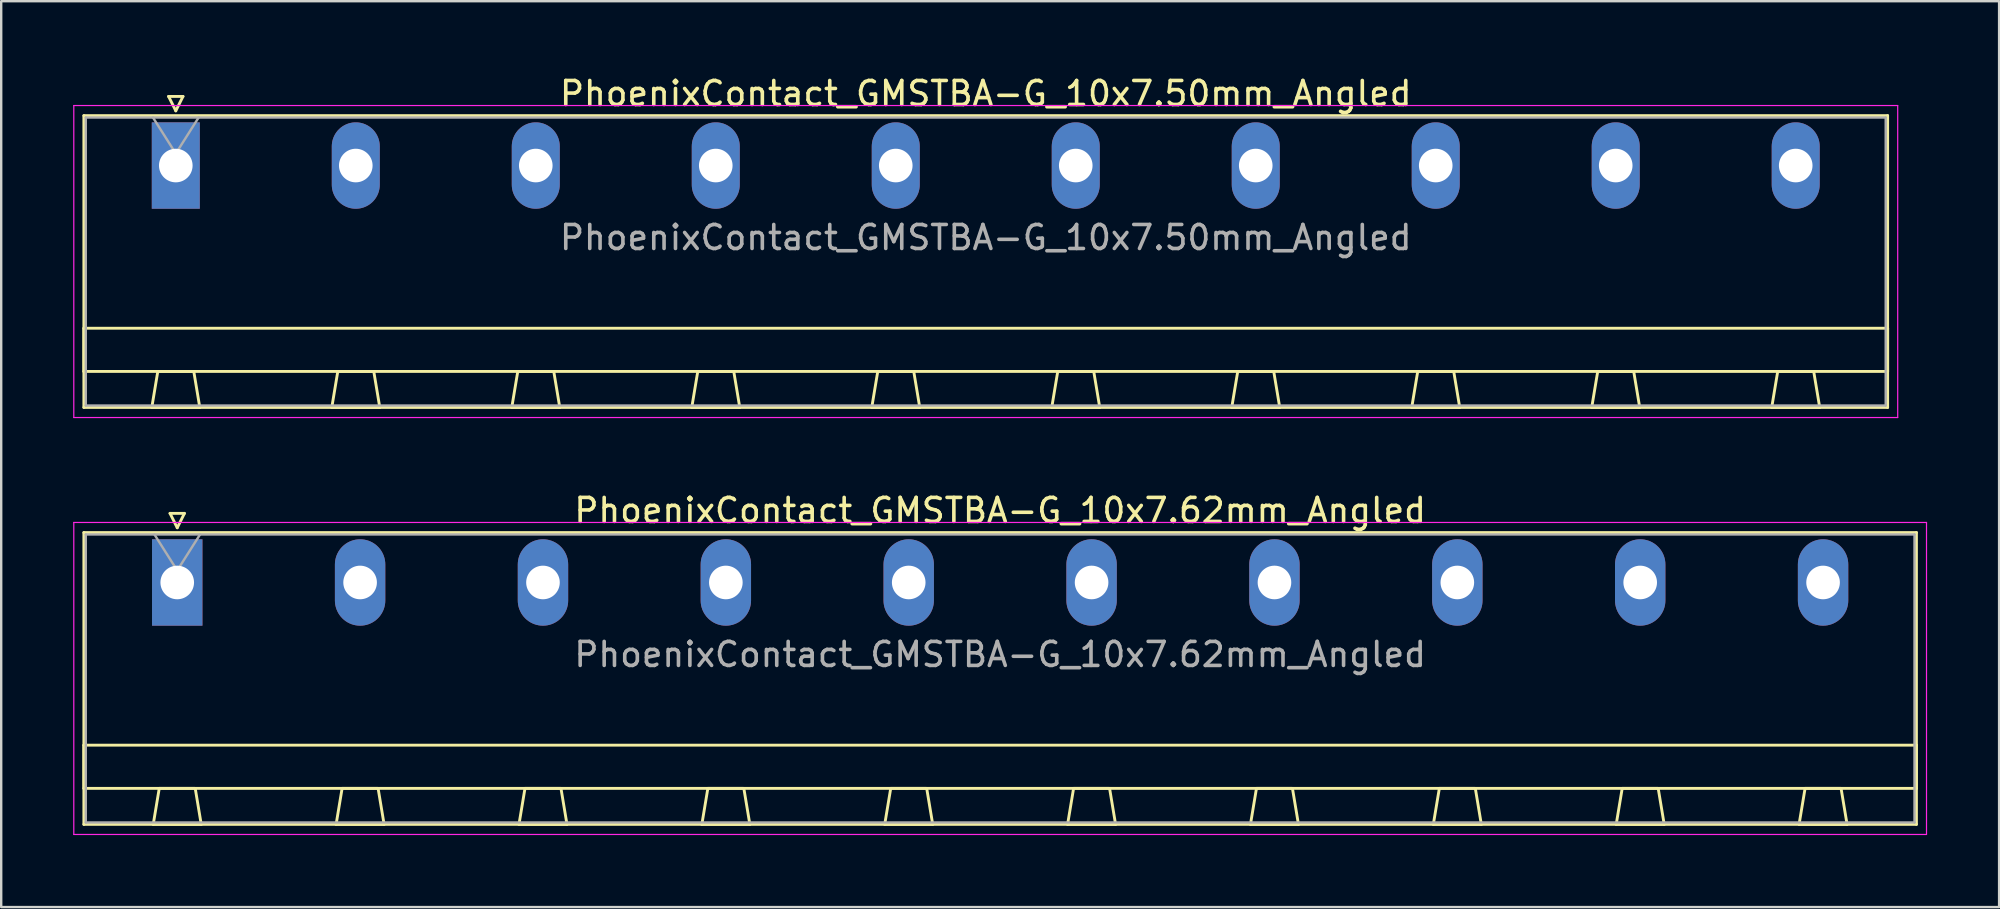
<source format=kicad_pcb>
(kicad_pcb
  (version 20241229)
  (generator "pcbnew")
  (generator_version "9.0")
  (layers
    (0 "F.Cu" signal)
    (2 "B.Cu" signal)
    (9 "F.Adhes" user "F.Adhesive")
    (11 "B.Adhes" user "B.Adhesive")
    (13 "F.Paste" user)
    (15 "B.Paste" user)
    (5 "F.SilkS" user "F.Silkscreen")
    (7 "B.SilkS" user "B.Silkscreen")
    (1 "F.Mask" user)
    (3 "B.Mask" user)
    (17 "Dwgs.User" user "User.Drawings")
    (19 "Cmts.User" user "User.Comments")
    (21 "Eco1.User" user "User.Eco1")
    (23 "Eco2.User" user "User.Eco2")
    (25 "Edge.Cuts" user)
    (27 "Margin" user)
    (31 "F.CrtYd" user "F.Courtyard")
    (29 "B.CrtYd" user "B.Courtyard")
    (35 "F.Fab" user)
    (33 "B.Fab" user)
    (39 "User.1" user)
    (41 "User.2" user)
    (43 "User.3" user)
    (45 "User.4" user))
  (footprint "PhoenixContact_GMSTBA-G_10x7.62mm_Angled"
    (layer "F.Cu")
    (at 4.335 21.221)
    (property "Reference" "PhoenixContact_GMSTBA-G_10x7.62mm_Angled" (at 34.29 -3 0) (layer "F.SilkS") (effects (font (size 1 1) (thickness 0.15))))
    (attr through_hole)
    (fp_line (start -3.89 -2.08) (end -3.89 10.08) (stroke (width 0.12) (type solid)) (layer "F.SilkS"))
    (fp_line (start -3.89 6.78) (end 72.47 6.78) (stroke (width 0.12) (type solid)) (layer "F.SilkS"))
    (fp_line (start -3.89 8.58) (end -3.89 6.78) (stroke (width 0.12) (type solid)) (layer "F.SilkS"))
    (fp_line (start -3.89 10.08) (end 72.47 10.08) (stroke (width 0.12) (type solid)) (layer "F.SilkS"))
    (fp_line (start -1 10.08) (end 1 10.08) (stroke (width 0.12) (type solid)) (layer "F.SilkS"))
    (fp_line (start -0.75 8.58) (end -1 10.08) (stroke (width 0.12) (type solid)) (layer "F.SilkS"))
    (fp_line (start -0.3 -2.88) (end 0.3 -2.88) (stroke (width 0.12) (type solid)) (layer "F.SilkS"))
    (fp_line (start 0 -2.28) (end -0.3 -2.88) (stroke (width 0.12) (type solid)) (layer "F.SilkS"))
    (fp_line (start 0.3 -2.88) (end 0 -2.28) (stroke (width 0.12) (type solid)) (layer "F.SilkS"))
    (fp_line (start 0.75 8.58) (end -0.75 8.58) (stroke (width 0.12) (type solid)) (layer "F.SilkS"))
    (fp_line (start 1 10.08) (end 0.75 8.58) (stroke (width 0.12) (type solid)) (layer "F.SilkS"))
    (fp_line (start 6.62 10.08) (end 8.62 10.08) (stroke (width 0.12) (type solid)) (layer "F.SilkS"))
    (fp_line (start 6.87 8.58) (end 6.62 10.08) (stroke (width 0.12) (type solid)) (layer "F.SilkS"))
    (fp_line (start 8.37 8.58) (end 6.87 8.58) (stroke (width 0.12) (type solid)) (layer "F.SilkS"))
    (fp_line (start 8.62 10.08) (end 8.37 8.58) (stroke (width 0.12) (type solid)) (layer "F.SilkS"))
    (fp_line (start 14.24 10.08) (end 16.24 10.08) (stroke (width 0.12) (type solid)) (layer "F.SilkS"))
    (fp_line (start 14.49 8.58) (end 14.24 10.08) (stroke (width 0.12) (type solid)) (layer "F.SilkS"))
    (fp_line (start 15.99 8.58) (end 14.49 8.58) (stroke (width 0.12) (type solid)) (layer "F.SilkS"))
    (fp_line (start 16.24 10.08) (end 15.99 8.58) (stroke (width 0.12) (type solid)) (layer "F.SilkS"))
    (fp_line (start 21.86 10.08) (end 23.86 10.08) (stroke (width 0.12) (type solid)) (layer "F.SilkS"))
    (fp_line (start 22.11 8.58) (end 21.86 10.08) (stroke (width 0.12) (type solid)) (layer "F.SilkS"))
    (fp_line (start 23.61 8.58) (end 22.11 8.58) (stroke (width 0.12) (type solid)) (layer "F.SilkS"))
    (fp_line (start 23.86 10.08) (end 23.61 8.58) (stroke (width 0.12) (type solid)) (layer "F.SilkS"))
    (fp_line (start 29.48 10.08) (end 31.48 10.08) (stroke (width 0.12) (type solid)) (layer "F.SilkS"))
    (fp_line (start 29.73 8.58) (end 29.48 10.08) (stroke (width 0.12) (type solid)) (layer "F.SilkS"))
    (fp_line (start 31.23 8.58) (end 29.73 8.58) (stroke (width 0.12) (type solid)) (layer "F.SilkS"))
    (fp_line (start 31.48 10.08) (end 31.23 8.58) (stroke (width 0.12) (type solid)) (layer "F.SilkS"))
    (fp_line (start 37.1 10.08) (end 39.1 10.08) (stroke (width 0.12) (type solid)) (layer "F.SilkS"))
    (fp_line (start 37.35 8.58) (end 37.1 10.08) (stroke (width 0.12) (type solid)) (layer "F.SilkS"))
    (fp_line (start 38.85 8.58) (end 37.35 8.58) (stroke (width 0.12) (type solid)) (layer "F.SilkS"))
    (fp_line (start 39.1 10.08) (end 38.85 8.58) (stroke (width 0.12) (type solid)) (layer "F.SilkS"))
    (fp_line (start 44.72 10.08) (end 46.72 10.08) (stroke (width 0.12) (type solid)) (layer "F.SilkS"))
    (fp_line (start 44.97 8.58) (end 44.72 10.08) (stroke (width 0.12) (type solid)) (layer "F.SilkS"))
    (fp_line (start 46.47 8.58) (end 44.97 8.58) (stroke (width 0.12) (type solid)) (layer "F.SilkS"))
    (fp_line (start 46.72 10.08) (end 46.47 8.58) (stroke (width 0.12) (type solid)) (layer "F.SilkS"))
    (fp_line (start 52.34 10.08) (end 54.34 10.08) (stroke (width 0.12) (type solid)) (layer "F.SilkS"))
    (fp_line (start 52.59 8.58) (end 52.34 10.08) (stroke (width 0.12) (type solid)) (layer "F.SilkS"))
    (fp_line (start 54.09 8.58) (end 52.59 8.58) (stroke (width 0.12) (type solid)) (layer "F.SilkS"))
    (fp_line (start 54.34 10.08) (end 54.09 8.58) (stroke (width 0.12) (type solid)) (layer "F.SilkS"))
    (fp_line (start 59.96 10.08) (end 61.96 10.08) (stroke (width 0.12) (type solid)) (layer "F.SilkS"))
    (fp_line (start 60.21 8.58) (end 59.96 10.08) (stroke (width 0.12) (type solid)) (layer "F.SilkS"))
    (fp_line (start 61.71 8.58) (end 60.21 8.58) (stroke (width 0.12) (type solid)) (layer "F.SilkS"))
    (fp_line (start 61.96 10.08) (end 61.71 8.58) (stroke (width 0.12) (type solid)) (layer "F.SilkS"))
    (fp_line (start 67.58 10.08) (end 69.58 10.08) (stroke (width 0.12) (type solid)) (layer "F.SilkS"))
    (fp_line (start 67.83 8.58) (end 67.58 10.08) (stroke (width 0.12) (type solid)) (layer "F.SilkS"))
    (fp_line (start 69.33 8.58) (end 67.83 8.58) (stroke (width 0.12) (type solid)) (layer "F.SilkS"))
    (fp_line (start 69.58 10.08) (end 69.33 8.58) (stroke (width 0.12) (type solid)) (layer "F.SilkS"))
    (fp_line (start 72.47 -2.08) (end -3.89 -2.08) (stroke (width 0.12) (type solid)) (layer "F.SilkS"))
    (fp_line (start 72.47 6.78) (end 72.47 8.58) (stroke (width 0.12) (type solid)) (layer "F.SilkS"))
    (fp_line (start 72.47 8.58) (end -3.89 8.58) (stroke (width 0.12) (type solid)) (layer "F.SilkS"))
    (fp_line (start 72.47 10.08) (end 72.47 -2.08) (stroke (width 0.12) (type solid)) (layer "F.SilkS"))
    (fp_line (start -4.31 -2.5) (end -4.31 10.5) (stroke (width 0.05) (type solid)) (layer "F.CrtYd"))
    (fp_line (start -4.31 10.5) (end 72.89 10.5) (stroke (width 0.05) (type solid)) (layer "F.CrtYd"))
    (fp_line (start 72.89 -2.5) (end -4.31 -2.5) (stroke (width 0.05) (type solid)) (layer "F.CrtYd"))
    (fp_line (start 72.89 10.5) (end 72.89 -2.5) (stroke (width 0.05) (type solid)) (layer "F.CrtYd"))
    (fp_line (start -3.81 -2) (end -3.81 10) (stroke (width 0.1) (type solid)) (layer "F.Fab"))
    (fp_line (start -3.81 10) (end 72.39 10) (stroke (width 0.1) (type solid)) (layer "F.Fab"))
    (fp_line (start 0 -0.5) (end -0.95 -2) (stroke (width 0.1) (type solid)) (layer "F.Fab"))
    (fp_line (start 0.95 -2) (end 0 -0.5) (stroke (width 0.1) (type solid)) (layer "F.Fab"))
    (fp_line (start 72.39 -2) (end -3.81 -2) (stroke (width 0.1) (type solid)) (layer "F.Fab"))
    (fp_line (start 72.39 10) (end 72.39 -2) (stroke (width 0.1) (type solid)) (layer "F.Fab"))
    (fp_text user "${REFERENCE}" (at 34.29 3 0) (layer "F.Fab") (effects (font (size 1 1) (thickness 0.15))))
    (pad "1" thru_hole rect (at 0 0) (size 2.1 3.6) (drill 1.4) (layers "*.Cu" "*.Mask"))
    (pad "2" thru_hole oval (at 7.62 0) (size 2.1 3.6) (drill 1.4) (layers "*.Cu" "*.Mask"))
    (pad "3" thru_hole oval (at 15.24 0) (size 2.1 3.6) (drill 1.4) (layers "*.Cu" "*.Mask"))
    (pad "4" thru_hole oval (at 22.86 0) (size 2.1 3.6) (drill 1.4) (layers "*.Cu" "*.Mask"))
    (pad "5" thru_hole oval (at 30.48 0) (size 2.1 3.6) (drill 1.4) (layers "*.Cu" "*.Mask"))
    (pad "6" thru_hole oval (at 38.1 0) (size 2.1 3.6) (drill 1.4) (layers "*.Cu" "*.Mask"))
    (pad "7" thru_hole oval (at 45.72 0) (size 2.1 3.6) (drill 1.4) (layers "*.Cu" "*.Mask"))
    (pad "8" thru_hole oval (at 53.34 0) (size 2.1 3.6) (drill 1.4) (layers "*.Cu" "*.Mask"))
    (pad "9" thru_hole oval (at 60.96 0) (size 2.1 3.6) (drill 1.4) (layers "*.Cu" "*.Mask"))
    (pad "10" thru_hole oval (at 68.58 0) (size 2.1 3.6) (drill 1.4) (layers "*.Cu" "*.Mask")))
  (footprint "PhoenixContact_GMSTBA-G_10x7.50mm_Angled"
    (layer "F.Cu")
    (at 4.275 3.848)
    (property "Reference" "PhoenixContact_GMSTBA-G_10x7.50mm_Angled" (at 33.75 -3 0) (layer "F.SilkS") (effects (font (size 1 1) (thickness 0.15))))
    (attr through_hole)
    (fp_line (start -3.83 -2.08) (end -3.83 10.08) (stroke (width 0.12) (type solid)) (layer "F.SilkS"))
    (fp_line (start -3.83 6.78) (end 71.33 6.78) (stroke (width 0.12) (type solid)) (layer "F.SilkS"))
    (fp_line (start -3.83 8.58) (end -3.83 6.78) (stroke (width 0.12) (type solid)) (layer "F.SilkS"))
    (fp_line (start -3.83 10.08) (end 71.33 10.08) (stroke (width 0.12) (type solid)) (layer "F.SilkS"))
    (fp_line (start -1 10.08) (end 1 10.08) (stroke (width 0.12) (type solid)) (layer "F.SilkS"))
    (fp_line (start -0.75 8.58) (end -1 10.08) (stroke (width 0.12) (type solid)) (layer "F.SilkS"))
    (fp_line (start -0.3 -2.88) (end 0.3 -2.88) (stroke (width 0.12) (type solid)) (layer "F.SilkS"))
    (fp_line (start 0 -2.28) (end -0.3 -2.88) (stroke (width 0.12) (type solid)) (layer "F.SilkS"))
    (fp_line (start 0.3 -2.88) (end 0 -2.28) (stroke (width 0.12) (type solid)) (layer "F.SilkS"))
    (fp_line (start 0.75 8.58) (end -0.75 8.58) (stroke (width 0.12) (type solid)) (layer "F.SilkS"))
    (fp_line (start 1 10.08) (end 0.75 8.58) (stroke (width 0.12) (type solid)) (layer "F.SilkS"))
    (fp_line (start 6.5 10.08) (end 8.5 10.08) (stroke (width 0.12) (type solid)) (layer "F.SilkS"))
    (fp_line (start 6.75 8.58) (end 6.5 10.08) (stroke (width 0.12) (type solid)) (layer "F.SilkS"))
    (fp_line (start 8.25 8.58) (end 6.75 8.58) (stroke (width 0.12) (type solid)) (layer "F.SilkS"))
    (fp_line (start 8.5 10.08) (end 8.25 8.58) (stroke (width 0.12) (type solid)) (layer "F.SilkS"))
    (fp_line (start 14 10.08) (end 16 10.08) (stroke (width 0.12) (type solid)) (layer "F.SilkS"))
    (fp_line (start 14.25 8.58) (end 14 10.08) (stroke (width 0.12) (type solid)) (layer "F.SilkS"))
    (fp_line (start 15.75 8.58) (end 14.25 8.58) (stroke (width 0.12) (type solid)) (layer "F.SilkS"))
    (fp_line (start 16 10.08) (end 15.75 8.58) (stroke (width 0.12) (type solid)) (layer "F.SilkS"))
    (fp_line (start 21.5 10.08) (end 23.5 10.08) (stroke (width 0.12) (type solid)) (layer "F.SilkS"))
    (fp_line (start 21.75 8.58) (end 21.5 10.08) (stroke (width 0.12) (type solid)) (layer "F.SilkS"))
    (fp_line (start 23.25 8.58) (end 21.75 8.58) (stroke (width 0.12) (type solid)) (layer "F.SilkS"))
    (fp_line (start 23.5 10.08) (end 23.25 8.58) (stroke (width 0.12) (type solid)) (layer "F.SilkS"))
    (fp_line (start 29 10.08) (end 31 10.08) (stroke (width 0.12) (type solid)) (layer "F.SilkS"))
    (fp_line (start 29.25 8.58) (end 29 10.08) (stroke (width 0.12) (type solid)) (layer "F.SilkS"))
    (fp_line (start 30.75 8.58) (end 29.25 8.58) (stroke (width 0.12) (type solid)) (layer "F.SilkS"))
    (fp_line (start 31 10.08) (end 30.75 8.58) (stroke (width 0.12) (type solid)) (layer "F.SilkS"))
    (fp_line (start 36.5 10.08) (end 38.5 10.08) (stroke (width 0.12) (type solid)) (layer "F.SilkS"))
    (fp_line (start 36.75 8.58) (end 36.5 10.08) (stroke (width 0.12) (type solid)) (layer "F.SilkS"))
    (fp_line (start 38.25 8.58) (end 36.75 8.58) (stroke (width 0.12) (type solid)) (layer "F.SilkS"))
    (fp_line (start 38.5 10.08) (end 38.25 8.58) (stroke (width 0.12) (type solid)) (layer "F.SilkS"))
    (fp_line (start 44 10.08) (end 46 10.08) (stroke (width 0.12) (type solid)) (layer "F.SilkS"))
    (fp_line (start 44.25 8.58) (end 44 10.08) (stroke (width 0.12) (type solid)) (layer "F.SilkS"))
    (fp_line (start 45.75 8.58) (end 44.25 8.58) (stroke (width 0.12) (type solid)) (layer "F.SilkS"))
    (fp_line (start 46 10.08) (end 45.75 8.58) (stroke (width 0.12) (type solid)) (layer "F.SilkS"))
    (fp_line (start 51.5 10.08) (end 53.5 10.08) (stroke (width 0.12) (type solid)) (layer "F.SilkS"))
    (fp_line (start 51.75 8.58) (end 51.5 10.08) (stroke (width 0.12) (type solid)) (layer "F.SilkS"))
    (fp_line (start 53.25 8.58) (end 51.75 8.58) (stroke (width 0.12) (type solid)) (layer "F.SilkS"))
    (fp_line (start 53.5 10.08) (end 53.25 8.58) (stroke (width 0.12) (type solid)) (layer "F.SilkS"))
    (fp_line (start 59 10.08) (end 61 10.08) (stroke (width 0.12) (type solid)) (layer "F.SilkS"))
    (fp_line (start 59.25 8.58) (end 59 10.08) (stroke (width 0.12) (type solid)) (layer "F.SilkS"))
    (fp_line (start 60.75 8.58) (end 59.25 8.58) (stroke (width 0.12) (type solid)) (layer "F.SilkS"))
    (fp_line (start 61 10.08) (end 60.75 8.58) (stroke (width 0.12) (type solid)) (layer "F.SilkS"))
    (fp_line (start 66.5 10.08) (end 68.5 10.08) (stroke (width 0.12) (type solid)) (layer "F.SilkS"))
    (fp_line (start 66.75 8.58) (end 66.5 10.08) (stroke (width 0.12) (type solid)) (layer "F.SilkS"))
    (fp_line (start 68.25 8.58) (end 66.75 8.58) (stroke (width 0.12) (type solid)) (layer "F.SilkS"))
    (fp_line (start 68.5 10.08) (end 68.25 8.58) (stroke (width 0.12) (type solid)) (layer "F.SilkS"))
    (fp_line (start 71.33 -2.08) (end -3.83 -2.08) (stroke (width 0.12) (type solid)) (layer "F.SilkS"))
    (fp_line (start 71.33 6.78) (end 71.33 8.58) (stroke (width 0.12) (type solid)) (layer "F.SilkS"))
    (fp_line (start 71.33 8.58) (end -3.83 8.58) (stroke (width 0.12) (type solid)) (layer "F.SilkS"))
    (fp_line (start 71.33 10.08) (end 71.33 -2.08) (stroke (width 0.12) (type solid)) (layer "F.SilkS"))
    (fp_line (start -4.25 -2.5) (end -4.25 10.5) (stroke (width 0.05) (type solid)) (layer "F.CrtYd"))
    (fp_line (start -4.25 10.5) (end 71.75 10.5) (stroke (width 0.05) (type solid)) (layer "F.CrtYd"))
    (fp_line (start 71.75 -2.5) (end -4.25 -2.5) (stroke (width 0.05) (type solid)) (layer "F.CrtYd"))
    (fp_line (start 71.75 10.5) (end 71.75 -2.5) (stroke (width 0.05) (type solid)) (layer "F.CrtYd"))
    (fp_line (start -3.75 -2) (end -3.75 10) (stroke (width 0.1) (type solid)) (layer "F.Fab"))
    (fp_line (start -3.75 10) (end 71.25 10) (stroke (width 0.1) (type solid)) (layer "F.Fab"))
    (fp_line (start 0 -0.5) (end -0.95 -2) (stroke (width 0.1) (type solid)) (layer "F.Fab"))
    (fp_line (start 0.95 -2) (end 0 -0.5) (stroke (width 0.1) (type solid)) (layer "F.Fab"))
    (fp_line (start 71.25 -2) (end -3.75 -2) (stroke (width 0.1) (type solid)) (layer "F.Fab"))
    (fp_line (start 71.25 10) (end 71.25 -2) (stroke (width 0.1) (type solid)) (layer "F.Fab"))
    (fp_text user "${REFERENCE}" (at 33.75 3 0) (layer "F.Fab") (effects (font (size 1 1) (thickness 0.15))))
    (pad "1" thru_hole rect (at 0 0) (size 2 3.6) (drill 1.4) (layers "*.Cu" "*.Mask"))
    (pad "2" thru_hole oval (at 7.5 0) (size 2 3.6) (drill 1.4) (layers "*.Cu" "*.Mask"))
    (pad "3" thru_hole oval (at 15 0) (size 2 3.6) (drill 1.4) (layers "*.Cu" "*.Mask"))
    (pad "4" thru_hole oval (at 22.5 0) (size 2 3.6) (drill 1.4) (layers "*.Cu" "*.Mask"))
    (pad "5" thru_hole oval (at 30 0) (size 2 3.6) (drill 1.4) (layers "*.Cu" "*.Mask"))
    (pad "6" thru_hole oval (at 37.5 0) (size 2 3.6) (drill 1.4) (layers "*.Cu" "*.Mask"))
    (pad "7" thru_hole oval (at 45 0) (size 2 3.6) (drill 1.4) (layers "*.Cu" "*.Mask"))
    (pad "8" thru_hole oval (at 52.5 0) (size 2 3.6) (drill 1.4) (layers "*.Cu" "*.Mask"))
    (pad "9" thru_hole oval (at 60 0) (size 2 3.6) (drill 1.4) (layers "*.Cu" "*.Mask"))
    (pad "10" thru_hole oval (at 67.5 0) (size 2 3.6) (drill 1.4) (layers "*.Cu" "*.Mask")))
  (gr_rect
    (start -3 -3)
    (end 80.25 34.746)
    (stroke (width 0.1) (type default))
    (fill no)
    (layer "Edge.Cuts")))
</source>
